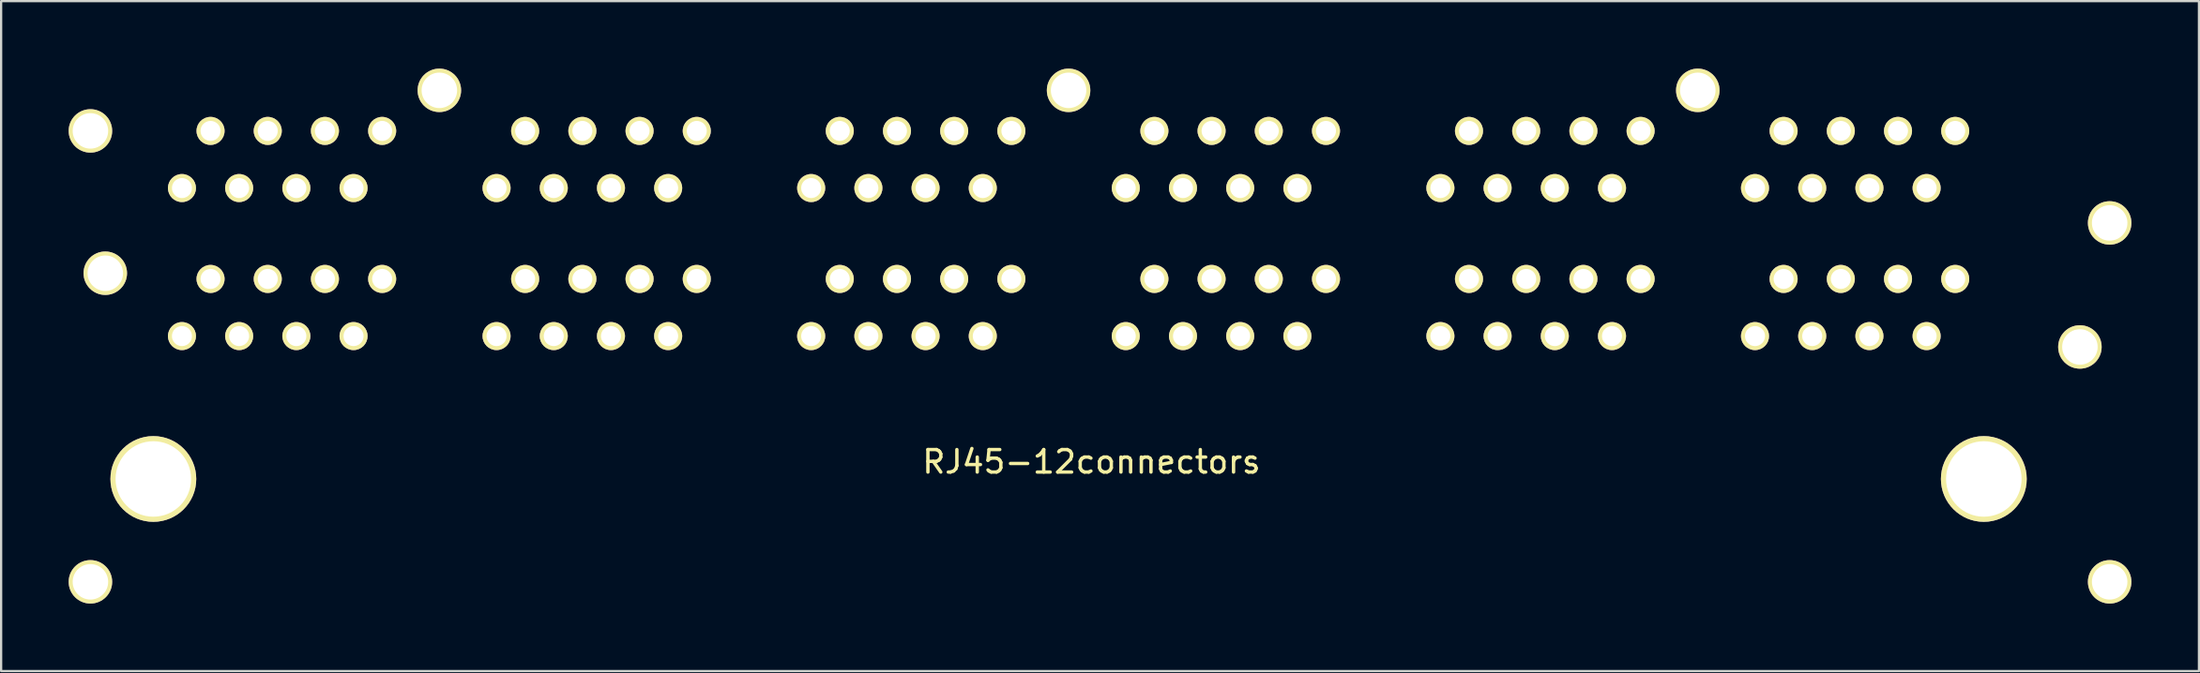
<source format=kicad_pcb>
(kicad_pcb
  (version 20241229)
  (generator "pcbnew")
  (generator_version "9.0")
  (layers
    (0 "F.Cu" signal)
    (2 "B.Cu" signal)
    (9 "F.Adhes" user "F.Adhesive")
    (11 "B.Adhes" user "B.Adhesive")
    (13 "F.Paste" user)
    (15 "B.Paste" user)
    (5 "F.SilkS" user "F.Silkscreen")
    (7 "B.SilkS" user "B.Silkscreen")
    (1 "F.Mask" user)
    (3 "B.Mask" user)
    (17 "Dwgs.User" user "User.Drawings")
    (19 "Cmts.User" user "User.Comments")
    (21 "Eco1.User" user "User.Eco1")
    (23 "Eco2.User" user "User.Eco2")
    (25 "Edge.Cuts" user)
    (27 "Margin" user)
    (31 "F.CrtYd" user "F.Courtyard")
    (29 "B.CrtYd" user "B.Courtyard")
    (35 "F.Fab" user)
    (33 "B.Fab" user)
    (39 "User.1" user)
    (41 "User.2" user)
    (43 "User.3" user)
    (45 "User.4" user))
  (footprint "RJ45-12connectors"
    (layer "F.Cu")
    (at 3.759 18.237)
    (property "Reference" "RJ45-12connectors" (at 41.656 -0.762 0) (layer "F.SilkS") (effects (font (size 1 1) (thickness 0.15))))
    (attr through_hole)
    (pad "1" thru_hole circle (at 0 0) (size 3.81 3.81) (drill 3.353) (layers "*.Cu" "*.Mask" "F.SilkS"))
    (pad "2" thru_hole circle (at 81.28 0) (size 3.81 3.81) (drill 3.353) (layers "*.Cu" "*.Mask" "F.SilkS"))
    (pad "3" thru_hole circle (at -2.794 4.572) (size 1.93 1.93) (drill 1.575) (layers "*.Cu" "*.Mask" "F.SilkS"))
    (pad "4" thru_hole circle (at -2.134 -9.144) (size 1.93 1.93) (drill 1.575) (layers "*.Cu" "*.Mask" "F.SilkS"))
    (pad "5" thru_hole circle (at -2.794 -15.469) (size 1.93 1.93) (drill 1.575) (layers "*.Cu" "*.Mask" "F.SilkS"))
    (pad "6" thru_hole circle (at 12.7 -17.272) (size 1.93 1.93) (drill 1.575) (layers "*.Cu" "*.Mask" "F.SilkS"))
    (pad "7" thru_hole circle (at 40.64 -17.272) (size 1.93 1.93) (drill 1.575) (layers "*.Cu" "*.Mask" "F.SilkS"))
    (pad "8" thru_hole circle (at 68.58 -17.272) (size 1.93 1.93) (drill 1.575) (layers "*.Cu" "*.Mask" "F.SilkS"))
    (pad "9" thru_hole circle (at 86.868 -11.379) (size 1.93 1.93) (drill 1.575) (layers "*.Cu" "*.Mask" "F.SilkS"))
    (pad "10" thru_hole circle (at 85.547 -5.867) (size 1.93 1.93) (drill 1.575) (layers "*.Cu" "*.Mask" "F.SilkS"))
    (pad "11" thru_hole circle (at 86.868 4.572) (size 1.93 1.93) (drill 1.575) (layers "*.Cu" "*.Mask" "F.SilkS"))
    (pad "12" thru_hole circle (at 10.16 -15.469) (size 1.245 1.245) (drill 0.889) (layers "*.Cu" "*.Mask" "F.SilkS"))
    (pad "13" thru_hole circle (at 8.89 -12.929) (size 1.245 1.245) (drill 0.889) (layers "*.Cu" "*.Mask" "F.SilkS"))
    (pad "14" thru_hole circle (at 7.62 -15.469) (size 1.245 1.245) (drill 0.889) (layers "*.Cu" "*.Mask" "F.SilkS"))
    (pad "15" thru_hole circle (at 6.35 -12.929) (size 1.245 1.245) (drill 0.889) (layers "*.Cu" "*.Mask" "F.SilkS"))
    (pad "16" thru_hole circle (at 5.08 -15.469) (size 1.245 1.245) (drill 0.889) (layers "*.Cu" "*.Mask" "F.SilkS"))
    (pad "17" thru_hole circle (at 3.81 -12.929) (size 1.245 1.245) (drill 0.889) (layers "*.Cu" "*.Mask" "F.SilkS"))
    (pad "18" thru_hole circle (at 2.54 -15.469) (size 1.245 1.245) (drill 0.889) (layers "*.Cu" "*.Mask" "F.SilkS"))
    (pad "19" thru_hole circle (at 1.27 -12.929) (size 1.245 1.245) (drill 0.889) (layers "*.Cu" "*.Mask" "F.SilkS"))
    (pad "20" thru_hole circle (at 24.13 -15.469) (size 1.245 1.245) (drill 0.889) (layers "*.Cu" "*.Mask" "F.SilkS"))
    (pad "21" thru_hole circle (at 22.86 -12.929) (size 1.245 1.245) (drill 0.889) (layers "*.Cu" "*.Mask" "F.SilkS"))
    (pad "22" thru_hole circle (at 21.59 -15.469) (size 1.245 1.245) (drill 0.889) (layers "*.Cu" "*.Mask" "F.SilkS"))
    (pad "23" thru_hole circle (at 20.32 -12.929) (size 1.245 1.245) (drill 0.889) (layers "*.Cu" "*.Mask" "F.SilkS"))
    (pad "24" thru_hole circle (at 19.05 -15.469) (size 1.245 1.245) (drill 0.889) (layers "*.Cu" "*.Mask" "F.SilkS"))
    (pad "25" thru_hole circle (at 17.78 -12.929) (size 1.245 1.245) (drill 0.889) (layers "*.Cu" "*.Mask" "F.SilkS"))
    (pad "26" thru_hole circle (at 16.51 -15.469) (size 1.245 1.245) (drill 0.889) (layers "*.Cu" "*.Mask" "F.SilkS"))
    (pad "27" thru_hole circle (at 15.24 -12.929) (size 1.245 1.245) (drill 0.889) (layers "*.Cu" "*.Mask" "F.SilkS"))
    (pad "28" thru_hole circle (at 38.1 -15.469) (size 1.245 1.245) (drill 0.889) (layers "*.Cu" "*.Mask" "F.SilkS"))
    (pad "29" thru_hole circle (at 36.83 -12.929) (size 1.245 1.245) (drill 0.889) (layers "*.Cu" "*.Mask" "F.SilkS"))
    (pad "30" thru_hole circle (at 35.56 -15.469) (size 1.245 1.245) (drill 0.889) (layers "*.Cu" "*.Mask" "F.SilkS"))
    (pad "31" thru_hole circle (at 34.29 -12.929) (size 1.245 1.245) (drill 0.889) (layers "*.Cu" "*.Mask" "F.SilkS"))
    (pad "32" thru_hole circle (at 33.02 -15.469) (size 1.245 1.245) (drill 0.889) (layers "*.Cu" "*.Mask" "F.SilkS"))
    (pad "33" thru_hole circle (at 31.75 -12.929) (size 1.245 1.245) (drill 0.889) (layers "*.Cu" "*.Mask" "F.SilkS"))
    (pad "34" thru_hole circle (at 30.48 -15.469) (size 1.245 1.245) (drill 0.889) (layers "*.Cu" "*.Mask" "F.SilkS"))
    (pad "35" thru_hole circle (at 29.21 -12.929) (size 1.245 1.245) (drill 0.889) (layers "*.Cu" "*.Mask" "F.SilkS"))
    (pad "36" thru_hole circle (at 52.07 -15.469) (size 1.245 1.245) (drill 0.889) (layers "*.Cu" "*.Mask" "F.SilkS"))
    (pad "37" thru_hole circle (at 50.8 -12.929) (size 1.245 1.245) (drill 0.889) (layers "*.Cu" "*.Mask" "F.SilkS"))
    (pad "38" thru_hole circle (at 49.53 -15.469) (size 1.245 1.245) (drill 0.889) (layers "*.Cu" "*.Mask" "F.SilkS"))
    (pad "39" thru_hole circle (at 48.26 -12.929) (size 1.245 1.245) (drill 0.889) (layers "*.Cu" "*.Mask" "F.SilkS"))
    (pad "40" thru_hole circle (at 46.99 -15.469) (size 1.245 1.245) (drill 0.889) (layers "*.Cu" "*.Mask" "F.SilkS"))
    (pad "41" thru_hole circle (at 45.72 -12.929) (size 1.245 1.245) (drill 0.889) (layers "*.Cu" "*.Mask" "F.SilkS"))
    (pad "42" thru_hole circle (at 44.45 -15.469) (size 1.245 1.245) (drill 0.889) (layers "*.Cu" "*.Mask" "F.SilkS"))
    (pad "43" thru_hole circle (at 43.18 -12.929) (size 1.245 1.245) (drill 0.889) (layers "*.Cu" "*.Mask" "F.SilkS"))
    (pad "44" thru_hole circle (at 66.04 -15.469) (size 1.245 1.245) (drill 0.889) (layers "*.Cu" "*.Mask" "F.SilkS"))
    (pad "45" thru_hole circle (at 64.77 -12.929) (size 1.245 1.245) (drill 0.889) (layers "*.Cu" "*.Mask" "F.SilkS"))
    (pad "46" thru_hole circle (at 63.5 -15.469) (size 1.245 1.245) (drill 0.889) (layers "*.Cu" "*.Mask" "F.SilkS"))
    (pad "47" thru_hole circle (at 62.23 -12.929) (size 1.245 1.245) (drill 0.889) (layers "*.Cu" "*.Mask" "F.SilkS"))
    (pad "48" thru_hole circle (at 60.96 -15.469) (size 1.245 1.245) (drill 0.889) (layers "*.Cu" "*.Mask" "F.SilkS"))
    (pad "49" thru_hole circle (at 59.69 -12.929) (size 1.245 1.245) (drill 0.889) (layers "*.Cu" "*.Mask" "F.SilkS"))
    (pad "50" thru_hole circle (at 58.42 -15.469) (size 1.245 1.245) (drill 0.889) (layers "*.Cu" "*.Mask" "F.SilkS"))
    (pad "51" thru_hole circle (at 57.15 -12.929) (size 1.245 1.245) (drill 0.889) (layers "*.Cu" "*.Mask" "F.SilkS"))
    (pad "52" thru_hole circle (at 80.01 -15.469) (size 1.245 1.245) (drill 0.889) (layers "*.Cu" "*.Mask" "F.SilkS"))
    (pad "53" thru_hole circle (at 78.74 -12.929) (size 1.245 1.245) (drill 0.889) (layers "*.Cu" "*.Mask" "F.SilkS"))
    (pad "54" thru_hole circle (at 77.47 -15.469) (size 1.245 1.245) (drill 0.889) (layers "*.Cu" "*.Mask" "F.SilkS"))
    (pad "55" thru_hole circle (at 76.2 -12.929) (size 1.245 1.245) (drill 0.889) (layers "*.Cu" "*.Mask" "F.SilkS"))
    (pad "56" thru_hole circle (at 74.93 -15.469) (size 1.245 1.245) (drill 0.889) (layers "*.Cu" "*.Mask" "F.SilkS"))
    (pad "57" thru_hole circle (at 73.66 -12.929) (size 1.245 1.245) (drill 0.889) (layers "*.Cu" "*.Mask" "F.SilkS"))
    (pad "58" thru_hole circle (at 72.39 -15.469) (size 1.245 1.245) (drill 0.889) (layers "*.Cu" "*.Mask" "F.SilkS"))
    (pad "59" thru_hole circle (at 71.12 -12.929) (size 1.245 1.245) (drill 0.889) (layers "*.Cu" "*.Mask" "F.SilkS"))
    (pad "60" thru_hole circle (at 1.27 -6.35) (size 1.245 1.245) (drill 0.889) (layers "*.Cu" "*.Mask" "F.SilkS"))
    (pad "61" thru_hole circle (at 2.54 -8.89) (size 1.245 1.245) (drill 0.889) (layers "*.Cu" "*.Mask" "F.SilkS"))
    (pad "62" thru_hole circle (at 3.81 -6.35) (size 1.245 1.245) (drill 0.889) (layers "*.Cu" "*.Mask" "F.SilkS"))
    (pad "63" thru_hole circle (at 5.08 -8.89) (size 1.245 1.245) (drill 0.889) (layers "*.Cu" "*.Mask" "F.SilkS"))
    (pad "64" thru_hole circle (at 6.35 -6.35) (size 1.245 1.245) (drill 0.889) (layers "*.Cu" "*.Mask" "F.SilkS"))
    (pad "65" thru_hole circle (at 7.62 -8.89) (size 1.245 1.245) (drill 0.889) (layers "*.Cu" "*.Mask" "F.SilkS"))
    (pad "66" thru_hole circle (at 8.89 -6.35) (size 1.245 1.245) (drill 0.889) (layers "*.Cu" "*.Mask" "F.SilkS"))
    (pad "67" thru_hole circle (at 10.16 -8.89) (size 1.245 1.245) (drill 0.889) (layers "*.Cu" "*.Mask" "F.SilkS"))
    (pad "68" thru_hole circle (at 15.24 -6.35) (size 1.245 1.245) (drill 0.889) (layers "*.Cu" "*.Mask" "F.SilkS"))
    (pad "69" thru_hole circle (at 16.51 -8.89) (size 1.245 1.245) (drill 0.889) (layers "*.Cu" "*.Mask" "F.SilkS"))
    (pad "70" thru_hole circle (at 17.78 -6.35) (size 1.245 1.245) (drill 0.889) (layers "*.Cu" "*.Mask" "F.SilkS"))
    (pad "71" thru_hole circle (at 19.05 -8.89) (size 1.245 1.245) (drill 0.889) (layers "*.Cu" "*.Mask" "F.SilkS"))
    (pad "72" thru_hole circle (at 20.32 -6.35) (size 1.245 1.245) (drill 0.889) (layers "*.Cu" "*.Mask" "F.SilkS"))
    (pad "73" thru_hole circle (at 21.59 -8.89) (size 1.245 1.245) (drill 0.889) (layers "*.Cu" "*.Mask" "F.SilkS"))
    (pad "74" thru_hole circle (at 22.86 -6.35) (size 1.245 1.245) (drill 0.889) (layers "*.Cu" "*.Mask" "F.SilkS"))
    (pad "75" thru_hole circle (at 24.13 -8.89) (size 1.245 1.245) (drill 0.889) (layers "*.Cu" "*.Mask" "F.SilkS"))
    (pad "76" thru_hole circle (at 29.21 -6.35) (size 1.245 1.245) (drill 0.889) (layers "*.Cu" "*.Mask" "F.SilkS"))
    (pad "77" thru_hole circle (at 30.48 -8.89) (size 1.245 1.245) (drill 0.889) (layers "*.Cu" "*.Mask" "F.SilkS"))
    (pad "78" thru_hole circle (at 31.75 -6.35) (size 1.245 1.245) (drill 0.889) (layers "*.Cu" "*.Mask" "F.SilkS"))
    (pad "79" thru_hole circle (at 33.02 -8.89) (size 1.245 1.245) (drill 0.889) (layers "*.Cu" "*.Mask" "F.SilkS"))
    (pad "80" thru_hole circle (at 34.29 -6.35) (size 1.245 1.245) (drill 0.889) (layers "*.Cu" "*.Mask" "F.SilkS"))
    (pad "81" thru_hole circle (at 35.56 -8.89) (size 1.245 1.245) (drill 0.889) (layers "*.Cu" "*.Mask" "F.SilkS"))
    (pad "82" thru_hole circle (at 36.83 -6.35) (size 1.245 1.245) (drill 0.889) (layers "*.Cu" "*.Mask" "F.SilkS"))
    (pad "83" thru_hole circle (at 38.1 -8.89) (size 1.245 1.245) (drill 0.889) (layers "*.Cu" "*.Mask" "F.SilkS"))
    (pad "84" thru_hole circle (at 43.18 -6.35) (size 1.245 1.245) (drill 0.889) (layers "*.Cu" "*.Mask" "F.SilkS"))
    (pad "85" thru_hole circle (at 44.45 -8.89) (size 1.245 1.245) (drill 0.889) (layers "*.Cu" "*.Mask" "F.SilkS"))
    (pad "86" thru_hole circle (at 45.72 -6.35) (size 1.245 1.245) (drill 0.889) (layers "*.Cu" "*.Mask" "F.SilkS"))
    (pad "87" thru_hole circle (at 46.99 -8.89) (size 1.245 1.245) (drill 0.889) (layers "*.Cu" "*.Mask" "F.SilkS"))
    (pad "88" thru_hole circle (at 48.26 -6.35) (size 1.245 1.245) (drill 0.889) (layers "*.Cu" "*.Mask" "F.SilkS"))
    (pad "89" thru_hole circle (at 49.53 -8.89) (size 1.245 1.245) (drill 0.889) (layers "*.Cu" "*.Mask" "F.SilkS"))
    (pad "90" thru_hole circle (at 50.8 -6.35) (size 1.245 1.245) (drill 0.889) (layers "*.Cu" "*.Mask" "F.SilkS"))
    (pad "91" thru_hole circle (at 52.07 -8.89) (size 1.245 1.245) (drill 0.889) (layers "*.Cu" "*.Mask" "F.SilkS"))
    (pad "92" thru_hole circle (at 57.15 -6.35) (size 1.245 1.245) (drill 0.889) (layers "*.Cu" "*.Mask" "F.SilkS"))
    (pad "93" thru_hole circle (at 58.42 -8.89) (size 1.245 1.245) (drill 0.889) (layers "*.Cu" "*.Mask" "F.SilkS"))
    (pad "94" thru_hole circle (at 59.69 -6.35) (size 1.245 1.245) (drill 0.889) (layers "*.Cu" "*.Mask" "F.SilkS"))
    (pad "95" thru_hole circle (at 60.96 -8.89) (size 1.245 1.245) (drill 0.889) (layers "*.Cu" "*.Mask" "F.SilkS"))
    (pad "96" thru_hole circle (at 62.23 -6.35) (size 1.245 1.245) (drill 0.889) (layers "*.Cu" "*.Mask" "F.SilkS"))
    (pad "97" thru_hole circle (at 63.5 -8.89) (size 1.245 1.245) (drill 0.889) (layers "*.Cu" "*.Mask" "F.SilkS"))
    (pad "98" thru_hole circle (at 64.77 -6.35) (size 1.245 1.245) (drill 0.889) (layers "*.Cu" "*.Mask" "F.SilkS"))
    (pad "99" thru_hole circle (at 66.04 -8.89) (size 1.245 1.245) (drill 0.889) (layers "*.Cu" "*.Mask" "F.SilkS"))
    (pad "100" thru_hole circle (at 71.12 -6.35) (size 1.245 1.245) (drill 0.889) (layers "*.Cu" "*.Mask" "F.SilkS"))
    (pad "101" thru_hole circle (at 72.39 -8.89) (size 1.245 1.245) (drill 0.889) (layers "*.Cu" "*.Mask" "F.SilkS"))
    (pad "102" thru_hole circle (at 73.66 -6.35) (size 1.245 1.245) (drill 0.889) (layers "*.Cu" "*.Mask" "F.SilkS"))
    (pad "103" thru_hole circle (at 74.93 -8.89) (size 1.245 1.245) (drill 0.889) (layers "*.Cu" "*.Mask" "F.SilkS"))
    (pad "104" thru_hole circle (at 76.2 -6.35) (size 1.245 1.245) (drill 0.889) (layers "*.Cu" "*.Mask" "F.SilkS"))
    (pad "105" thru_hole circle (at 77.47 -8.89) (size 1.245 1.245) (drill 0.889) (layers "*.Cu" "*.Mask" "F.SilkS"))
    (pad "106" thru_hole circle (at 78.74 -6.35) (size 1.245 1.245) (drill 0.889) (layers "*.Cu" "*.Mask" "F.SilkS"))
    (pad "107" thru_hole circle (at 80.01 -8.89) (size 1.245 1.245) (drill 0.889) (layers "*.Cu" "*.Mask" "F.SilkS")))
  (gr_rect
    (start -3 -3)
    (end 94.592 26.774)
    (stroke (width 0.1) (type default))
    (fill no)
    (layer "Edge.Cuts")))
</source>
